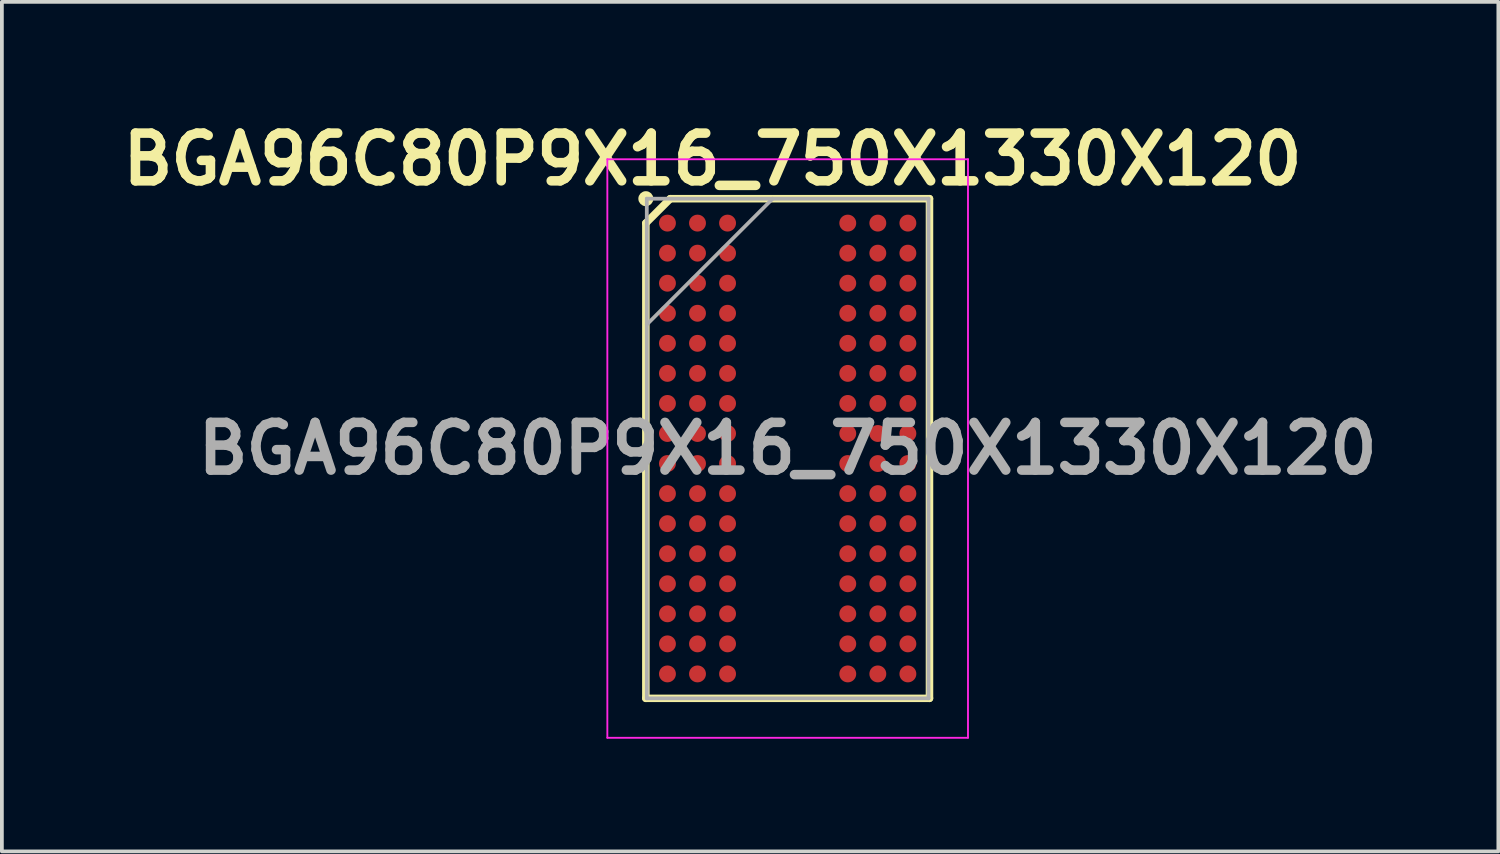
<source format=kicad_pcb>
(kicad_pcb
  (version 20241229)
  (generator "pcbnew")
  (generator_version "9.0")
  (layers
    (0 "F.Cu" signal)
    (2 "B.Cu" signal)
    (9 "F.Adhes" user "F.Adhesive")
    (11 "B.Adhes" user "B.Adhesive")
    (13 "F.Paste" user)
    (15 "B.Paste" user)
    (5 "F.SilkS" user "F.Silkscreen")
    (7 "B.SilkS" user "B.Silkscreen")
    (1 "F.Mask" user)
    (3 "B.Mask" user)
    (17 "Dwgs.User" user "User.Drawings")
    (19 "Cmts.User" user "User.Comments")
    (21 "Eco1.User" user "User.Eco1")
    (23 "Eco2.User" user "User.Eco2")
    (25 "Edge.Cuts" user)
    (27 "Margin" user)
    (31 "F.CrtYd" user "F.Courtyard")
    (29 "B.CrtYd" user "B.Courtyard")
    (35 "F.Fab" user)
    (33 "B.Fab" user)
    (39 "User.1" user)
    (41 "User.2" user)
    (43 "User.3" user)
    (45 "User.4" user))
  (footprint "BGA96C80P9X16_750X1330X120"
    (layer "F.Cu")
    (at 17.917 8.889)
    (property "Reference" "BGA96C80P9X16_750X1330X120" (at -2 -7.7 0) (layer "F.SilkS") (effects (font (size 1.27 1.27) (thickness 0.254))))
    (attr smd)
    (fp_line (start -3.775 -6) (end -3.125 -6.65) (stroke (width 0.2) (type solid)) (layer "F.SilkS"))
    (fp_line (start -3.775 6.65) (end -3.775 -6) (stroke (width 0.2) (type solid)) (layer "F.SilkS"))
    (fp_line (start -3.125 -6.65) (end 3.775 -6.65) (stroke (width 0.2) (type solid)) (layer "F.SilkS"))
    (fp_line (start 3.775 -6.65) (end 3.775 6.65) (stroke (width 0.2) (type solid)) (layer "F.SilkS"))
    (fp_line (start 3.775 6.65) (end -3.775 6.65) (stroke (width 0.2) (type solid)) (layer "F.SilkS"))
    (fp_circle (center -3.775 -6.65) (end -3.775 -6.55) (stroke (width 0.2) (type solid)) (fill no) (layer "F.SilkS"))
    (fp_line (start -4.8 -7.7) (end 4.8 -7.7) (stroke (width 0.05) (type solid)) (layer "F.CrtYd"))
    (fp_line (start -4.8 7.7) (end -4.8 -7.7) (stroke (width 0.05) (type solid)) (layer "F.CrtYd"))
    (fp_line (start 4.8 -7.7) (end 4.8 7.7) (stroke (width 0.05) (type solid)) (layer "F.CrtYd"))
    (fp_line (start 4.8 7.7) (end -4.8 7.7) (stroke (width 0.05) (type solid)) (layer "F.CrtYd"))
    (fp_line (start -3.75 -6.65) (end 3.75 -6.65) (stroke (width 0.1) (type solid)) (layer "F.Fab"))
    (fp_line (start -3.75 -3.3) (end -0.4 -6.65) (stroke (width 0.1) (type solid)) (layer "F.Fab"))
    (fp_line (start -3.75 6.65) (end -3.75 -6.65) (stroke (width 0.1) (type solid)) (layer "F.Fab"))
    (fp_line (start 3.75 -6.65) (end 3.75 6.65) (stroke (width 0.1) (type solid)) (layer "F.Fab"))
    (fp_line (start 3.75 6.65) (end -3.75 6.65) (stroke (width 0.1) (type solid)) (layer "F.Fab"))
    (fp_text user "${REFERENCE}" (at 0 0 0) (layer "F.Fab") (effects (font (size 1.27 1.27) (thickness 0.254))))
    (pad "A1" smd circle (at -3.2 -6 90) (size 0.45 0.45) (layers "F.Cu" "F.Mask" "F.Paste"))
    (pad "A2" smd circle (at -2.4 -6 90) (size 0.45 0.45) (layers "F.Cu" "F.Mask" "F.Paste"))
    (pad "A3" smd circle (at -1.6 -6 90) (size 0.45 0.45) (layers "F.Cu" "F.Mask" "F.Paste"))
    (pad "A7" smd circle (at 1.6 -6 90) (size 0.45 0.45) (layers "F.Cu" "F.Mask" "F.Paste"))
    (pad "A8" smd circle (at 2.4 -6 90) (size 0.45 0.45) (layers "F.Cu" "F.Mask" "F.Paste"))
    (pad "A9" smd circle (at 3.2 -6 90) (size 0.45 0.45) (layers "F.Cu" "F.Mask" "F.Paste"))
    (pad "B1" smd circle (at -3.2 -5.2 90) (size 0.45 0.45) (layers "F.Cu" "F.Mask" "F.Paste"))
    (pad "B2" smd circle (at -2.4 -5.2 90) (size 0.45 0.45) (layers "F.Cu" "F.Mask" "F.Paste"))
    (pad "B3" smd circle (at -1.6 -5.2 90) (size 0.45 0.45) (layers "F.Cu" "F.Mask" "F.Paste"))
    (pad "B7" smd circle (at 1.6 -5.2 90) (size 0.45 0.45) (layers "F.Cu" "F.Mask" "F.Paste"))
    (pad "B8" smd circle (at 2.4 -5.2 90) (size 0.45 0.45) (layers "F.Cu" "F.Mask" "F.Paste"))
    (pad "B9" smd circle (at 3.2 -5.2 90) (size 0.45 0.45) (layers "F.Cu" "F.Mask" "F.Paste"))
    (pad "C1" smd circle (at -3.2 -4.4 90) (size 0.45 0.45) (layers "F.Cu" "F.Mask" "F.Paste"))
    (pad "C2" smd circle (at -2.4 -4.4 90) (size 0.45 0.45) (layers "F.Cu" "F.Mask" "F.Paste"))
    (pad "C3" smd circle (at -1.6 -4.4 90) (size 0.45 0.45) (layers "F.Cu" "F.Mask" "F.Paste"))
    (pad "C7" smd circle (at 1.6 -4.4 90) (size 0.45 0.45) (layers "F.Cu" "F.Mask" "F.Paste"))
    (pad "C8" smd circle (at 2.4 -4.4 90) (size 0.45 0.45) (layers "F.Cu" "F.Mask" "F.Paste"))
    (pad "C9" smd circle (at 3.2 -4.4 90) (size 0.45 0.45) (layers "F.Cu" "F.Mask" "F.Paste"))
    (pad "D1" smd circle (at -3.2 -3.6 90) (size 0.45 0.45) (layers "F.Cu" "F.Mask" "F.Paste"))
    (pad "D2" smd circle (at -2.4 -3.6 90) (size 0.45 0.45) (layers "F.Cu" "F.Mask" "F.Paste"))
    (pad "D3" smd circle (at -1.6 -3.6 90) (size 0.45 0.45) (layers "F.Cu" "F.Mask" "F.Paste"))
    (pad "D7" smd circle (at 1.6 -3.6 90) (size 0.45 0.45) (layers "F.Cu" "F.Mask" "F.Paste"))
    (pad "D8" smd circle (at 2.4 -3.6 90) (size 0.45 0.45) (layers "F.Cu" "F.Mask" "F.Paste"))
    (pad "D9" smd circle (at 3.2 -3.6 90) (size 0.45 0.45) (layers "F.Cu" "F.Mask" "F.Paste"))
    (pad "E1" smd circle (at -3.2 -2.8 90) (size 0.45 0.45) (layers "F.Cu" "F.Mask" "F.Paste"))
    (pad "E2" smd circle (at -2.4 -2.8 90) (size 0.45 0.45) (layers "F.Cu" "F.Mask" "F.Paste"))
    (pad "E3" smd circle (at -1.6 -2.8 90) (size 0.45 0.45) (layers "F.Cu" "F.Mask" "F.Paste"))
    (pad "E7" smd circle (at 1.6 -2.8 90) (size 0.45 0.45) (layers "F.Cu" "F.Mask" "F.Paste"))
    (pad "E8" smd circle (at 2.4 -2.8 90) (size 0.45 0.45) (layers "F.Cu" "F.Mask" "F.Paste"))
    (pad "E9" smd circle (at 3.2 -2.8 90) (size 0.45 0.45) (layers "F.Cu" "F.Mask" "F.Paste"))
    (pad "F1" smd circle (at -3.2 -2 90) (size 0.45 0.45) (layers "F.Cu" "F.Mask" "F.Paste"))
    (pad "F2" smd circle (at -2.4 -2 90) (size 0.45 0.45) (layers "F.Cu" "F.Mask" "F.Paste"))
    (pad "F3" smd circle (at -1.6 -2 90) (size 0.45 0.45) (layers "F.Cu" "F.Mask" "F.Paste"))
    (pad "F7" smd circle (at 1.6 -2 90) (size 0.45 0.45) (layers "F.Cu" "F.Mask" "F.Paste"))
    (pad "F8" smd circle (at 2.4 -2 90) (size 0.45 0.45) (layers "F.Cu" "F.Mask" "F.Paste"))
    (pad "F9" smd circle (at 3.2 -2 90) (size 0.45 0.45) (layers "F.Cu" "F.Mask" "F.Paste"))
    (pad "G1" smd circle (at -3.2 -1.2 90) (size 0.45 0.45) (layers "F.Cu" "F.Mask" "F.Paste"))
    (pad "G2" smd circle (at -2.4 -1.2 90) (size 0.45 0.45) (layers "F.Cu" "F.Mask" "F.Paste"))
    (pad "G3" smd circle (at -1.6 -1.2 90) (size 0.45 0.45) (layers "F.Cu" "F.Mask" "F.Paste"))
    (pad "G7" smd circle (at 1.6 -1.2 90) (size 0.45 0.45) (layers "F.Cu" "F.Mask" "F.Paste"))
    (pad "G8" smd circle (at 2.4 -1.2 90) (size 0.45 0.45) (layers "F.Cu" "F.Mask" "F.Paste"))
    (pad "G9" smd circle (at 3.2 -1.2 90) (size 0.45 0.45) (layers "F.Cu" "F.Mask" "F.Paste"))
    (pad "H1" smd circle (at -3.2 -0.4 90) (size 0.45 0.45) (layers "F.Cu" "F.Mask" "F.Paste"))
    (pad "H2" smd circle (at -2.4 -0.4 90) (size 0.45 0.45) (layers "F.Cu" "F.Mask" "F.Paste"))
    (pad "H3" smd circle (at -1.6 -0.4 90) (size 0.45 0.45) (layers "F.Cu" "F.Mask" "F.Paste"))
    (pad "H7" smd circle (at 1.6 -0.4 90) (size 0.45 0.45) (layers "F.Cu" "F.Mask" "F.Paste"))
    (pad "H8" smd circle (at 2.4 -0.4 90) (size 0.45 0.45) (layers "F.Cu" "F.Mask" "F.Paste"))
    (pad "H9" smd circle (at 3.2 -0.4 90) (size 0.45 0.45) (layers "F.Cu" "F.Mask" "F.Paste"))
    (pad "J1" smd circle (at -3.2 0.4 90) (size 0.45 0.45) (layers "F.Cu" "F.Mask" "F.Paste"))
    (pad "J2" smd circle (at -2.4 0.4 90) (size 0.45 0.45) (layers "F.Cu" "F.Mask" "F.Paste"))
    (pad "J3" smd circle (at -1.6 0.4 90) (size 0.45 0.45) (layers "F.Cu" "F.Mask" "F.Paste"))
    (pad "J7" smd circle (at 1.6 0.4 90) (size 0.45 0.45) (layers "F.Cu" "F.Mask" "F.Paste"))
    (pad "J8" smd circle (at 2.4 0.4 90) (size 0.45 0.45) (layers "F.Cu" "F.Mask" "F.Paste"))
    (pad "J9" smd circle (at 3.2 0.4 90) (size 0.45 0.45) (layers "F.Cu" "F.Mask" "F.Paste"))
    (pad "K1" smd circle (at -3.2 1.2 90) (size 0.45 0.45) (layers "F.Cu" "F.Mask" "F.Paste"))
    (pad "K2" smd circle (at -2.4 1.2 90) (size 0.45 0.45) (layers "F.Cu" "F.Mask" "F.Paste"))
    (pad "K3" smd circle (at -1.6 1.2 90) (size 0.45 0.45) (layers "F.Cu" "F.Mask" "F.Paste"))
    (pad "K7" smd circle (at 1.6 1.2 90) (size 0.45 0.45) (layers "F.Cu" "F.Mask" "F.Paste"))
    (pad "K8" smd circle (at 2.4 1.2 90) (size 0.45 0.45) (layers "F.Cu" "F.Mask" "F.Paste"))
    (pad "K9" smd circle (at 3.2 1.2 90) (size 0.45 0.45) (layers "F.Cu" "F.Mask" "F.Paste"))
    (pad "L1" smd circle (at -3.2 2 90) (size 0.45 0.45) (layers "F.Cu" "F.Mask" "F.Paste"))
    (pad "L2" smd circle (at -2.4 2 90) (size 0.45 0.45) (layers "F.Cu" "F.Mask" "F.Paste"))
    (pad "L3" smd circle (at -1.6 2 90) (size 0.45 0.45) (layers "F.Cu" "F.Mask" "F.Paste"))
    (pad "L7" smd circle (at 1.6 2 90) (size 0.45 0.45) (layers "F.Cu" "F.Mask" "F.Paste"))
    (pad "L8" smd circle (at 2.4 2 90) (size 0.45 0.45) (layers "F.Cu" "F.Mask" "F.Paste"))
    (pad "L9" smd circle (at 3.2 2 90) (size 0.45 0.45) (layers "F.Cu" "F.Mask" "F.Paste"))
    (pad "M1" smd circle (at -3.2 2.8 90) (size 0.45 0.45) (layers "F.Cu" "F.Mask" "F.Paste"))
    (pad "M2" smd circle (at -2.4 2.8 90) (size 0.45 0.45) (layers "F.Cu" "F.Mask" "F.Paste"))
    (pad "M3" smd circle (at -1.6 2.8 90) (size 0.45 0.45) (layers "F.Cu" "F.Mask" "F.Paste"))
    (pad "M7" smd circle (at 1.6 2.8 90) (size 0.45 0.45) (layers "F.Cu" "F.Mask" "F.Paste"))
    (pad "M8" smd circle (at 2.4 2.8 90) (size 0.45 0.45) (layers "F.Cu" "F.Mask" "F.Paste"))
    (pad "M9" smd circle (at 3.2 2.8 90) (size 0.45 0.45) (layers "F.Cu" "F.Mask" "F.Paste"))
    (pad "N1" smd circle (at -3.2 3.6 90) (size 0.45 0.45) (layers "F.Cu" "F.Mask" "F.Paste"))
    (pad "N2" smd circle (at -2.4 3.6 90) (size 0.45 0.45) (layers "F.Cu" "F.Mask" "F.Paste"))
    (pad "N3" smd circle (at -1.6 3.6 90) (size 0.45 0.45) (layers "F.Cu" "F.Mask" "F.Paste"))
    (pad "N7" smd circle (at 1.6 3.6 90) (size 0.45 0.45) (layers "F.Cu" "F.Mask" "F.Paste"))
    (pad "N8" smd circle (at 2.4 3.6 90) (size 0.45 0.45) (layers "F.Cu" "F.Mask" "F.Paste"))
    (pad "N9" smd circle (at 3.2 3.6 90) (size 0.45 0.45) (layers "F.Cu" "F.Mask" "F.Paste"))
    (pad "P1" smd circle (at -3.2 4.4 90) (size 0.45 0.45) (layers "F.Cu" "F.Mask" "F.Paste"))
    (pad "P2" smd circle (at -2.4 4.4 90) (size 0.45 0.45) (layers "F.Cu" "F.Mask" "F.Paste"))
    (pad "P3" smd circle (at -1.6 4.4 90) (size 0.45 0.45) (layers "F.Cu" "F.Mask" "F.Paste"))
    (pad "P7" smd circle (at 1.6 4.4 90) (size 0.45 0.45) (layers "F.Cu" "F.Mask" "F.Paste"))
    (pad "P8" smd circle (at 2.4 4.4 90) (size 0.45 0.45) (layers "F.Cu" "F.Mask" "F.Paste"))
    (pad "P9" smd circle (at 3.2 4.4 90) (size 0.45 0.45) (layers "F.Cu" "F.Mask" "F.Paste"))
    (pad "R1" smd circle (at -3.2 5.2 90) (size 0.45 0.45) (layers "F.Cu" "F.Mask" "F.Paste"))
    (pad "R2" smd circle (at -2.4 5.2 90) (size 0.45 0.45) (layers "F.Cu" "F.Mask" "F.Paste"))
    (pad "R3" smd circle (at -1.6 5.2 90) (size 0.45 0.45) (layers "F.Cu" "F.Mask" "F.Paste"))
    (pad "R7" smd circle (at 1.6 5.2 90) (size 0.45 0.45) (layers "F.Cu" "F.Mask" "F.Paste"))
    (pad "R8" smd circle (at 2.4 5.2 90) (size 0.45 0.45) (layers "F.Cu" "F.Mask" "F.Paste"))
    (pad "R9" smd circle (at 3.2 5.2 90) (size 0.45 0.45) (layers "F.Cu" "F.Mask" "F.Paste"))
    (pad "T1" smd circle (at -3.2 6 90) (size 0.45 0.45) (layers "F.Cu" "F.Mask" "F.Paste"))
    (pad "T2" smd circle (at -2.4 6 90) (size 0.45 0.45) (layers "F.Cu" "F.Mask" "F.Paste"))
    (pad "T3" smd circle (at -1.6 6 90) (size 0.45 0.45) (layers "F.Cu" "F.Mask" "F.Paste"))
    (pad "T7" smd circle (at 1.6 6 90) (size 0.45 0.45) (layers "F.Cu" "F.Mask" "F.Paste"))
    (pad "T8" smd circle (at 2.4 6 90) (size 0.45 0.45) (layers "F.Cu" "F.Mask" "F.Paste"))
    (pad "T9" smd circle (at 3.2 6 90) (size 0.45 0.45) (layers "F.Cu" "F.Mask" "F.Paste")))
  (gr_rect
    (start -3 -3)
    (end 36.835 19.614)
    (stroke (width 0.1) (type default))
    (fill no)
    (layer "Edge.Cuts")))
</source>
